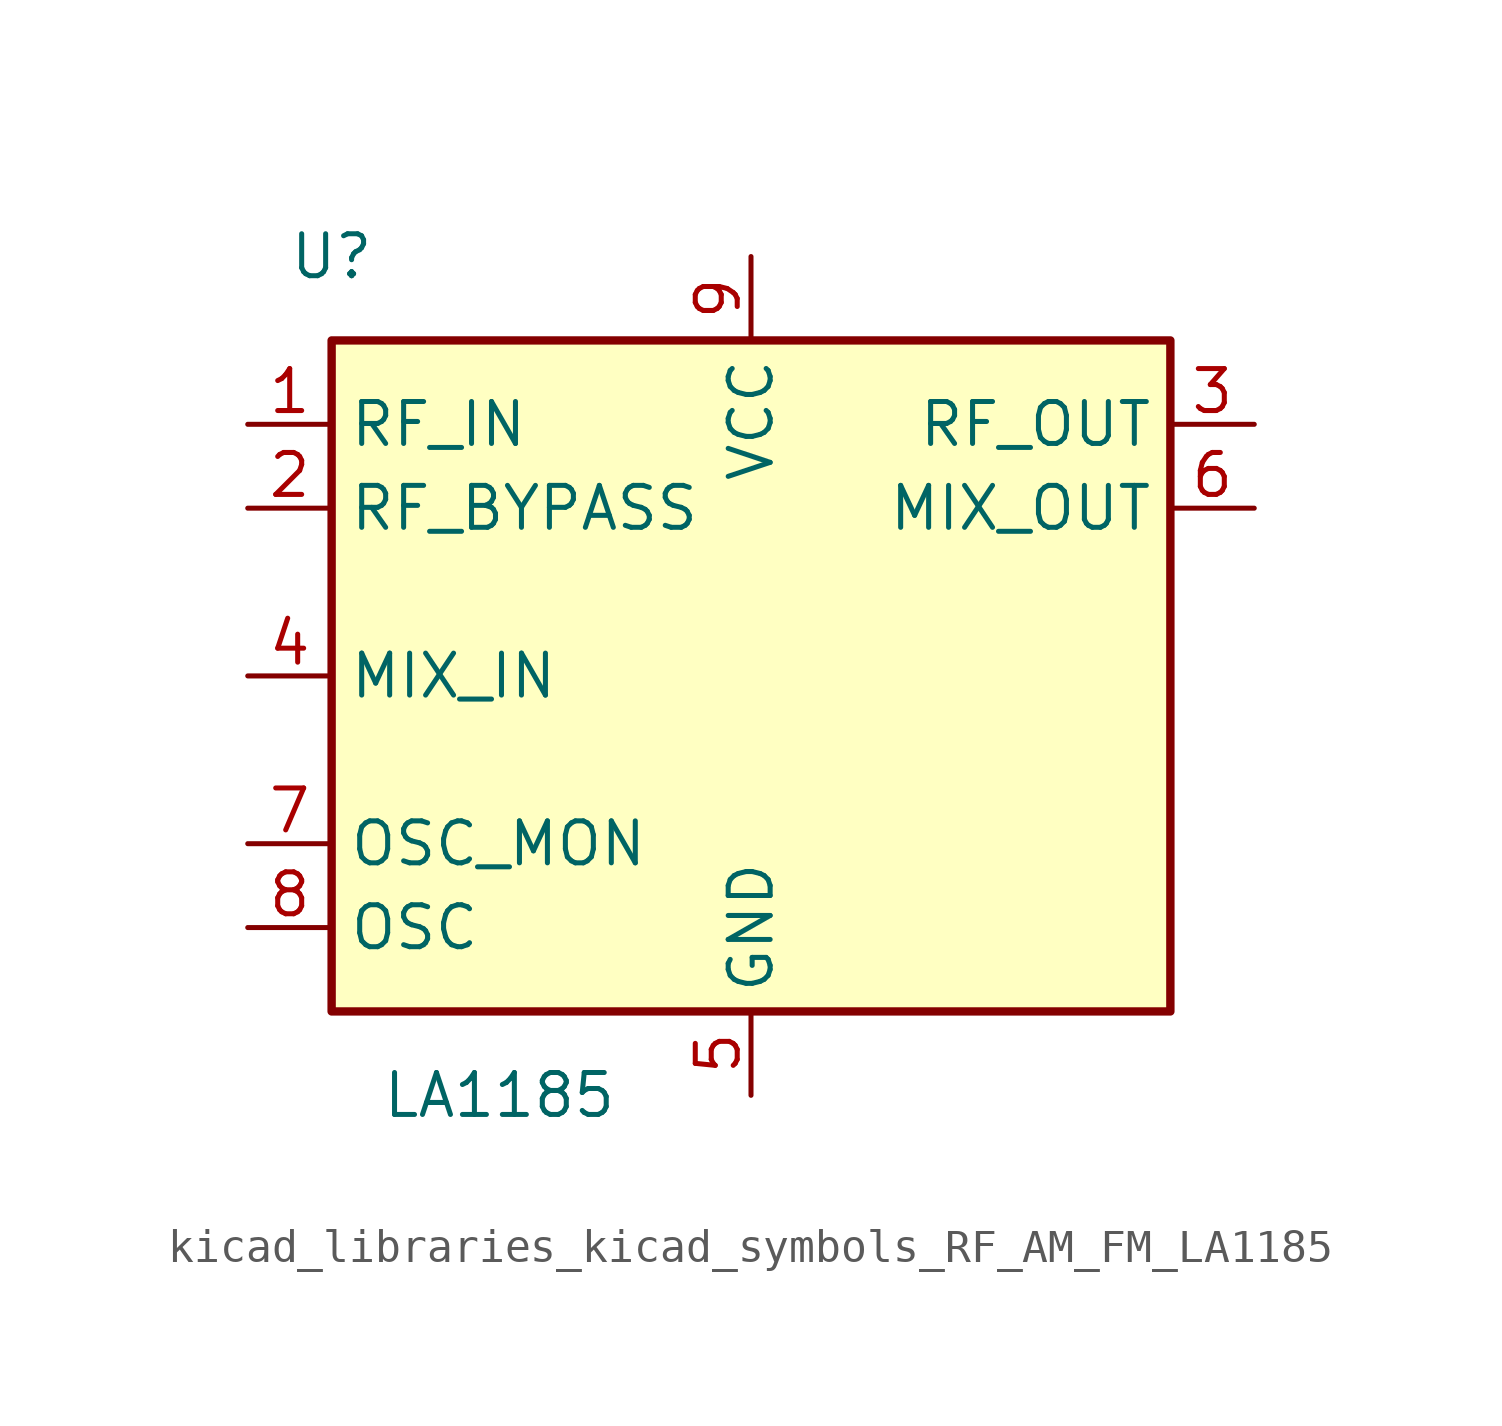
<source format=kicad_sym>
(kicad_symbol_lib
  (version 20220914)
  (generator kicad_symbol_editor)
  (symbol "kicad_libraries_kicad_symbols_RF_AM_FM_LA1185"
    (property "Reference" "U"
      (at -12.7 12.7 0)
      (effects (font (size 1.27 1.27))))
    (property "Value" "LA1185"
      (at -7.62 -12.7 0)
      (effects (font (size 1.27 1.27))))
    (symbol "kicad_libraries_kicad_symbols_RF_AM_FM_LA1185_0_1"
      (rectangle (start -12.7 10.16) (end 12.7 -10.16) (stroke (width 0.254) (type default)) (fill (type background))))
    (symbol "kicad_libraries_kicad_symbols_RF_AM_FM_LA1185_1_1"
      (pin input line (at -15.24 7.62 0) (length 2.54) (name "RF_IN" (effects (font (size 1.27 1.27)))) (number "1" (effects (font (size 1.27 1.27)))))
      (pin passive line (at -15.24 5.08 0) (length 2.54) (name "RF_BYPASS" (effects (font (size 1.27 1.27)))) (number "2" (effects (font (size 1.27 1.27)))))
      (pin output line (at 15.24 7.62 180) (length 2.54) (name "RF_OUT" (effects (font (size 1.27 1.27)))) (number "3" (effects (font (size 1.27 1.27)))))
      (pin input line (at -15.24 0 0) (length 2.54) (name "MIX_IN" (effects (font (size 1.27 1.27)))) (number "4" (effects (font (size 1.27 1.27)))))
      (pin power_in line (at 0 -12.7 90) (length 2.54) (name "GND" (effects (font (size 1.27 1.27)))) (number "5" (effects (font (size 1.27 1.27)))))
      (pin output line (at 15.24 5.08 180) (length 2.54) (name "MIX_OUT" (effects (font (size 1.27 1.27)))) (number "6" (effects (font (size 1.27 1.27)))))
      (pin passive line (at -15.24 -5.08 0) (length 2.54) (name "OSC_MON" (effects (font (size 1.27 1.27)))) (number "7" (effects (font (size 1.27 1.27)))))
      (pin output line (at -15.24 -7.62 0) (length 2.54) (name "OSC" (effects (font (size 1.27 1.27)))) (number "8" (effects (font (size 1.27 1.27)))))
      (pin power_in line (at 0 12.7 270) (length 2.54) (name "VCC" (effects (font (size 1.27 1.27)))) (number "9" (effects (font (size 1.27 1.27))))))))
</source>
